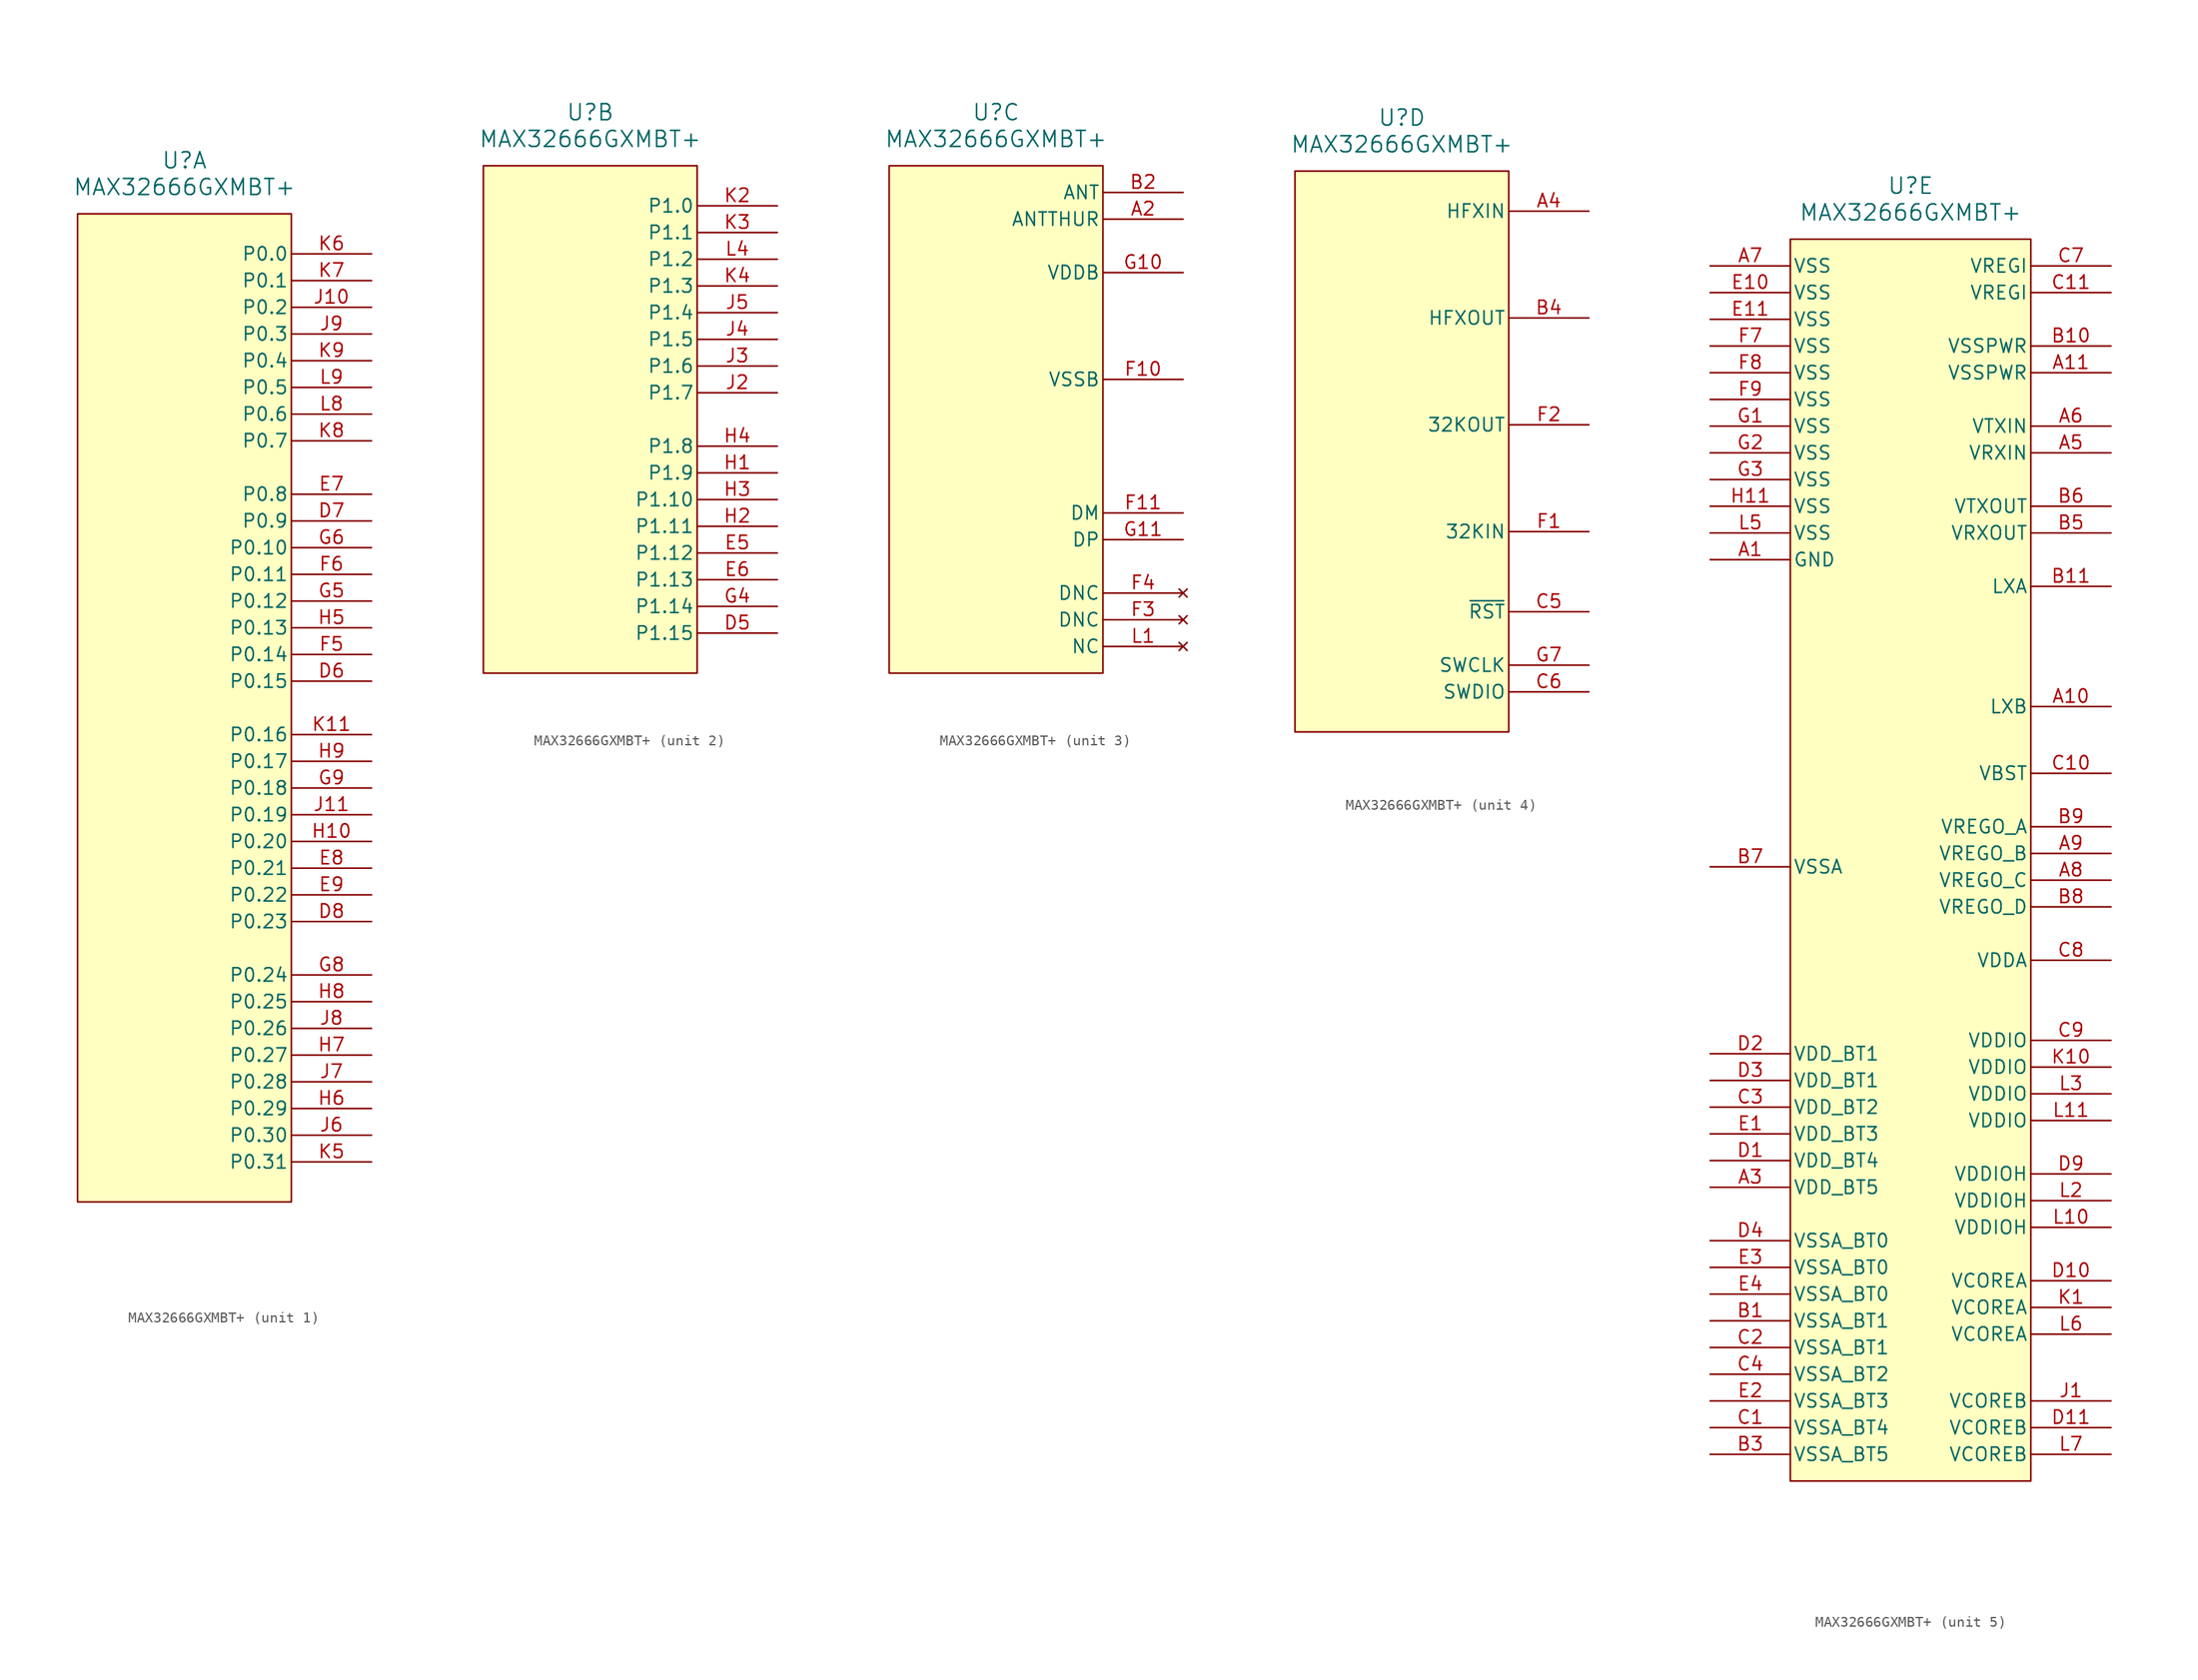
<source format=kicad_sym>
(kicad_symbol_lib
  (version 20220914)
  (generator kicad_symbol_editor)
  (symbol "MAX32666GXMBT+"
    (pin_names
      (offset 0.254))
    (property "Reference" "U"
      (at 0 52.07 0)
      (do_not_autoplace)
      (effects (font (size 1.524 1.524))))
    (property "Value" "MAX32666GXMBT+"
      (at 0 49.53 0)
      (do_not_autoplace)
      (effects (font (size 1.524 1.524))))
    (property "ki_locked" ""
      (at 0 0 0)
      (effects (font (size 1.27 1.27))))
    (symbol "MAX32666GXMBT+_1_1"
      (rectangle (start -10.16 46.99) (end 10.16 -46.99) (stroke (width 0) (type default)) (fill (type background)))
      (pin bidirectional line (at 17.78 2.54 180) (length 7.62) (name "P0.15" (effects (font (size 1.27 1.27)))) (number "D6" (effects (font (size 1.27 1.27)))))
      (pin bidirectional line (at 17.78 17.78 180) (length 7.62) (name "P0.9" (effects (font (size 1.27 1.27)))) (number "D7" (effects (font (size 1.27 1.27)))))
      (pin bidirectional line (at 17.78 -20.32 180) (length 7.62) (name "P0.23" (effects (font (size 1.27 1.27)))) (number "D8" (effects (font (size 1.27 1.27)))))
      (pin bidirectional line (at 17.78 20.32 180) (length 7.62) (name "P0.8" (effects (font (size 1.27 1.27)))) (number "E7" (effects (font (size 1.27 1.27)))))
      (pin bidirectional line (at 17.78 -15.24 180) (length 7.62) (name "P0.21" (effects (font (size 1.27 1.27)))) (number "E8" (effects (font (size 1.27 1.27)))))
      (pin bidirectional line (at 17.78 -17.78 180) (length 7.62) (name "P0.22" (effects (font (size 1.27 1.27)))) (number "E9" (effects (font (size 1.27 1.27)))))
      (pin bidirectional line (at 17.78 5.08 180) (length 7.62) (name "P0.14" (effects (font (size 1.27 1.27)))) (number "F5" (effects (font (size 1.27 1.27)))))
      (pin bidirectional line (at 17.78 12.7 180) (length 7.62) (name "P0.11" (effects (font (size 1.27 1.27)))) (number "F6" (effects (font (size 1.27 1.27)))))
      (pin bidirectional line (at 17.78 10.16 180) (length 7.62) (name "P0.12" (effects (font (size 1.27 1.27)))) (number "G5" (effects (font (size 1.27 1.27)))))
      (pin bidirectional line (at 17.78 15.24 180) (length 7.62) (name "P0.10" (effects (font (size 1.27 1.27)))) (number "G6" (effects (font (size 1.27 1.27)))))
      (pin bidirectional line (at 17.78 -25.4 180) (length 7.62) (name "P0.24" (effects (font (size 1.27 1.27)))) (number "G8" (effects (font (size 1.27 1.27)))))
      (pin bidirectional line (at 17.78 -7.62 180) (length 7.62) (name "P0.18" (effects (font (size 1.27 1.27)))) (number "G9" (effects (font (size 1.27 1.27)))))
      (pin bidirectional line (at 17.78 -12.7 180) (length 7.62) (name "P0.20" (effects (font (size 1.27 1.27)))) (number "H10" (effects (font (size 1.27 1.27)))))
      (pin bidirectional line (at 17.78 7.62 180) (length 7.62) (name "P0.13" (effects (font (size 1.27 1.27)))) (number "H5" (effects (font (size 1.27 1.27)))))
      (pin bidirectional line (at 17.78 -38.1 180) (length 7.62) (name "P0.29" (effects (font (size 1.27 1.27)))) (number "H6" (effects (font (size 1.27 1.27)))))
      (pin bidirectional line (at 17.78 -33.02 180) (length 7.62) (name "P0.27" (effects (font (size 1.27 1.27)))) (number "H7" (effects (font (size 1.27 1.27)))))
      (pin bidirectional line (at 17.78 -27.94 180) (length 7.62) (name "P0.25" (effects (font (size 1.27 1.27)))) (number "H8" (effects (font (size 1.27 1.27)))))
      (pin bidirectional line (at 17.78 -5.08 180) (length 7.62) (name "P0.17" (effects (font (size 1.27 1.27)))) (number "H9" (effects (font (size 1.27 1.27)))))
      (pin bidirectional line (at 17.78 38.1 180) (length 7.62) (name "P0.2" (effects (font (size 1.27 1.27)))) (number "J10" (effects (font (size 1.27 1.27)))))
      (pin bidirectional line (at 17.78 -10.16 180) (length 7.62) (name "P0.19" (effects (font (size 1.27 1.27)))) (number "J11" (effects (font (size 1.27 1.27)))))
      (pin bidirectional line (at 17.78 -40.64 180) (length 7.62) (name "P0.30" (effects (font (size 1.27 1.27)))) (number "J6" (effects (font (size 1.27 1.27)))))
      (pin bidirectional line (at 17.78 -35.56 180) (length 7.62) (name "P0.28" (effects (font (size 1.27 1.27)))) (number "J7" (effects (font (size 1.27 1.27)))))
      (pin bidirectional line (at 17.78 -30.48 180) (length 7.62) (name "P0.26" (effects (font (size 1.27 1.27)))) (number "J8" (effects (font (size 1.27 1.27)))))
      (pin bidirectional line (at 17.78 35.56 180) (length 7.62) (name "P0.3" (effects (font (size 1.27 1.27)))) (number "J9" (effects (font (size 1.27 1.27)))))
      (pin bidirectional line (at 17.78 -2.54 180) (length 7.62) (name "P0.16" (effects (font (size 1.27 1.27)))) (number "K11" (effects (font (size 1.27 1.27)))))
      (pin bidirectional line (at 17.78 -43.18 180) (length 7.62) (name "P0.31" (effects (font (size 1.27 1.27)))) (number "K5" (effects (font (size 1.27 1.27)))))
      (pin bidirectional line (at 17.78 43.18 180) (length 7.62) (name "P0.0" (effects (font (size 1.27 1.27)))) (number "K6" (effects (font (size 1.27 1.27)))))
      (pin bidirectional line (at 17.78 40.64 180) (length 7.62) (name "P0.1" (effects (font (size 1.27 1.27)))) (number "K7" (effects (font (size 1.27 1.27)))))
      (pin bidirectional line (at 17.78 25.4 180) (length 7.62) (name "P0.7" (effects (font (size 1.27 1.27)))) (number "K8" (effects (font (size 1.27 1.27)))))
      (pin bidirectional line (at 17.78 33.02 180) (length 7.62) (name "P0.4" (effects (font (size 1.27 1.27)))) (number "K9" (effects (font (size 1.27 1.27)))))
      (pin bidirectional line (at 17.78 27.94 180) (length 7.62) (name "P0.6" (effects (font (size 1.27 1.27)))) (number "L8" (effects (font (size 1.27 1.27)))))
      (pin bidirectional line (at 17.78 30.48 180) (length 7.62) (name "P0.5" (effects (font (size 1.27 1.27)))) (number "L9" (effects (font (size 1.27 1.27))))))
    (symbol "MAX32666GXMBT+_2_1"
      (rectangle (start -10.16 46.99) (end 10.16 -1.27) (stroke (width 0) (type default)) (fill (type background)))
      (pin bidirectional line (at 17.78 2.54 180) (length 7.62) (name "P1.15" (effects (font (size 1.27 1.27)))) (number "D5" (effects (font (size 1.27 1.27)))))
      (pin bidirectional line (at 17.78 10.16 180) (length 7.62) (name "P1.12" (effects (font (size 1.27 1.27)))) (number "E5" (effects (font (size 1.27 1.27)))))
      (pin bidirectional line (at 17.78 7.62 180) (length 7.62) (name "P1.13" (effects (font (size 1.27 1.27)))) (number "E6" (effects (font (size 1.27 1.27)))))
      (pin bidirectional line (at 17.78 5.08 180) (length 7.62) (name "P1.14" (effects (font (size 1.27 1.27)))) (number "G4" (effects (font (size 1.27 1.27)))))
      (pin bidirectional line (at 17.78 17.78 180) (length 7.62) (name "P1.9" (effects (font (size 1.27 1.27)))) (number "H1" (effects (font (size 1.27 1.27)))))
      (pin bidirectional line (at 17.78 12.7 180) (length 7.62) (name "P1.11" (effects (font (size 1.27 1.27)))) (number "H2" (effects (font (size 1.27 1.27)))))
      (pin bidirectional line (at 17.78 15.24 180) (length 7.62) (name "P1.10" (effects (font (size 1.27 1.27)))) (number "H3" (effects (font (size 1.27 1.27)))))
      (pin bidirectional line (at 17.78 20.32 180) (length 7.62) (name "P1.8" (effects (font (size 1.27 1.27)))) (number "H4" (effects (font (size 1.27 1.27)))))
      (pin bidirectional line (at 17.78 25.4 180) (length 7.62) (name "P1.7" (effects (font (size 1.27 1.27)))) (number "J2" (effects (font (size 1.27 1.27)))))
      (pin bidirectional line (at 17.78 27.94 180) (length 7.62) (name "P1.6" (effects (font (size 1.27 1.27)))) (number "J3" (effects (font (size 1.27 1.27)))))
      (pin bidirectional line (at 17.78 30.48 180) (length 7.62) (name "P1.5" (effects (font (size 1.27 1.27)))) (number "J4" (effects (font (size 1.27 1.27)))))
      (pin bidirectional line (at 17.78 33.02 180) (length 7.62) (name "P1.4" (effects (font (size 1.27 1.27)))) (number "J5" (effects (font (size 1.27 1.27)))))
      (pin bidirectional line (at 17.78 43.18 180) (length 7.62) (name "P1.0" (effects (font (size 1.27 1.27)))) (number "K2" (effects (font (size 1.27 1.27)))))
      (pin bidirectional line (at 17.78 40.64 180) (length 7.62) (name "P1.1" (effects (font (size 1.27 1.27)))) (number "K3" (effects (font (size 1.27 1.27)))))
      (pin bidirectional line (at 17.78 35.56 180) (length 7.62) (name "P1.3" (effects (font (size 1.27 1.27)))) (number "K4" (effects (font (size 1.27 1.27)))))
      (pin bidirectional line (at 17.78 38.1 180) (length 7.62) (name "P1.2" (effects (font (size 1.27 1.27)))) (number "L4" (effects (font (size 1.27 1.27))))))
    (symbol "MAX32666GXMBT+_3_1"
      (rectangle (start -10.16 46.99) (end 10.16 -1.27) (stroke (width 0) (type default)) (fill (type background)))
      (pin unspecified line (at 17.78 41.91 180) (length 7.62) (name "ANTTHUR" (effects (font (size 1.27 1.27)))) (number "A2" (effects (font (size 1.27 1.27)))))
      (pin unspecified line (at 17.78 44.45 180) (length 7.62) (name "ANT" (effects (font (size 1.27 1.27)))) (number "B2" (effects (font (size 1.27 1.27)))))
      (pin power_in line (at 17.78 26.67 180) (length 7.62) (name "VSSB" (effects (font (size 1.27 1.27)))) (number "F10" (effects (font (size 1.27 1.27)))))
      (pin bidirectional line (at 17.78 13.97 180) (length 7.62) (name "DM" (effects (font (size 1.27 1.27)))) (number "F11" (effects (font (size 1.27 1.27)))))
      (pin no_connect line (at 17.78 3.81 180) (length 7.62) (name "DNC" (effects (font (size 1.27 1.27)))) (number "F3" (effects (font (size 1.27 1.27)))))
      (pin no_connect line (at 17.78 6.35 180) (length 7.62) (name "DNC" (effects (font (size 1.27 1.27)))) (number "F4" (effects (font (size 1.27 1.27)))))
      (pin power_in line (at 17.78 36.83 180) (length 7.62) (name "VDDB" (effects (font (size 1.27 1.27)))) (number "G10" (effects (font (size 1.27 1.27)))))
      (pin bidirectional line (at 17.78 11.43 180) (length 7.62) (name "DP" (effects (font (size 1.27 1.27)))) (number "G11" (effects (font (size 1.27 1.27)))))
      (pin no_connect line (at 17.78 1.27 180) (length 7.62) (name "NC" (effects (font (size 1.27 1.27)))) (number "L1" (effects (font (size 1.27 1.27))))))
    (symbol "MAX32666GXMBT+_4_1"
      (rectangle (start -10.16 46.99) (end 10.16 -6.35) (stroke (width 0) (type default)) (fill (type background)))
      (pin input line (at 17.78 43.18 180) (length 7.62) (name "HFXIN" (effects (font (size 1.27 1.27)))) (number "A4" (effects (font (size 1.27 1.27)))))
      (pin output line (at 17.78 33.02 180) (length 7.62) (name "HFXOUT" (effects (font (size 1.27 1.27)))) (number "B4" (effects (font (size 1.27 1.27)))))
      (pin input line (at 17.78 5.08 180) (length 7.62) (name "~{RST}" (effects (font (size 1.27 1.27)))) (number "C5" (effects (font (size 1.27 1.27)))))
      (pin bidirectional line (at 17.78 -2.54 180) (length 7.62) (name "SWDIO" (effects (font (size 1.27 1.27)))) (number "C6" (effects (font (size 1.27 1.27)))))
      (pin input line (at 17.78 12.7 180) (length 7.62) (name "32KIN" (effects (font (size 1.27 1.27)))) (number "F1" (effects (font (size 1.27 1.27)))))
      (pin output line (at 17.78 22.86 180) (length 7.62) (name "32KOUT" (effects (font (size 1.27 1.27)))) (number "F2" (effects (font (size 1.27 1.27)))))
      (pin bidirectional line (at 17.78 0 180) (length 7.62) (name "SWCLK" (effects (font (size 1.27 1.27)))) (number "G7" (effects (font (size 1.27 1.27))))))
    (symbol "MAX32666GXMBT+_5_1"
      (rectangle (start -11.43 46.99) (end 11.43 -71.12) (stroke (width 0) (type default)) (fill (type background)))
      (pin power_in line (at -19.05 16.51 0) (length 7.62) (name "GND" (effects (font (size 1.27 1.27)))) (number "A1" (effects (font (size 1.27 1.27)))))
      (pin input line (at 19.05 2.54 180) (length 7.62) (name "LXB" (effects (font (size 1.27 1.27)))) (number "A10" (effects (font (size 1.27 1.27)))))
      (pin power_in line (at 19.05 34.29 180) (length 7.62) (name "VSSPWR" (effects (font (size 1.27 1.27)))) (number "A11" (effects (font (size 1.27 1.27)))))
      (pin power_in line (at -19.05 -43.18 0) (length 7.62) (name "VDD_BT5" (effects (font (size 1.27 1.27)))) (number "A3" (effects (font (size 1.27 1.27)))))
      (pin power_in line (at 19.05 26.67 180) (length 7.62) (name "VRXIN" (effects (font (size 1.27 1.27)))) (number "A5" (effects (font (size 1.27 1.27)))))
      (pin power_in line (at 19.05 29.21 180) (length 7.62) (name "VTXIN" (effects (font (size 1.27 1.27)))) (number "A6" (effects (font (size 1.27 1.27)))))
      (pin power_in line (at -19.05 44.45 0) (length 7.62) (name "VSS" (effects (font (size 1.27 1.27)))) (number "A7" (effects (font (size 1.27 1.27)))))
      (pin output line (at 19.05 -13.97 180) (length 7.62) (name "VREGO_C" (effects (font (size 1.27 1.27)))) (number "A8" (effects (font (size 1.27 1.27)))))
      (pin output line (at 19.05 -11.43 180) (length 7.62) (name "VREGO_B" (effects (font (size 1.27 1.27)))) (number "A9" (effects (font (size 1.27 1.27)))))
      (pin power_in line (at -19.05 -55.88 0) (length 7.62) (name "VSSA_BT1" (effects (font (size 1.27 1.27)))) (number "B1" (effects (font (size 1.27 1.27)))))
      (pin power_in line (at 19.05 36.83 180) (length 7.62) (name "VSSPWR" (effects (font (size 1.27 1.27)))) (number "B10" (effects (font (size 1.27 1.27)))))
      (pin input line (at 19.05 13.97 180) (length 7.62) (name "LXA" (effects (font (size 1.27 1.27)))) (number "B11" (effects (font (size 1.27 1.27)))))
      (pin power_in line (at -19.05 -68.58 0) (length 7.62) (name "VSSA_BT5" (effects (font (size 1.27 1.27)))) (number "B3" (effects (font (size 1.27 1.27)))))
      (pin output line (at 19.05 19.05 180) (length 7.62) (name "VRXOUT" (effects (font (size 1.27 1.27)))) (number "B5" (effects (font (size 1.27 1.27)))))
      (pin output line (at 19.05 21.59 180) (length 7.62) (name "VTXOUT" (effects (font (size 1.27 1.27)))) (number "B6" (effects (font (size 1.27 1.27)))))
      (pin power_in line (at -19.05 -12.7 0) (length 7.62) (name "VSSA" (effects (font (size 1.27 1.27)))) (number "B7" (effects (font (size 1.27 1.27)))))
      (pin output line (at 19.05 -16.51 180) (length 7.62) (name "VREGO_D" (effects (font (size 1.27 1.27)))) (number "B8" (effects (font (size 1.27 1.27)))))
      (pin output line (at 19.05 -8.89 180) (length 7.62) (name "VREGO_A" (effects (font (size 1.27 1.27)))) (number "B9" (effects (font (size 1.27 1.27)))))
      (pin power_in line (at -19.05 -66.04 0) (length 7.62) (name "VSSA_BT4" (effects (font (size 1.27 1.27)))) (number "C1" (effects (font (size 1.27 1.27)))))
      (pin power_in line (at 19.05 -3.81 180) (length 7.62) (name "VBST" (effects (font (size 1.27 1.27)))) (number "C10" (effects (font (size 1.27 1.27)))))
      (pin power_in line (at 19.05 41.91 180) (length 7.62) (name "VREGI" (effects (font (size 1.27 1.27)))) (number "C11" (effects (font (size 1.27 1.27)))))
      (pin power_in line (at -19.05 -58.42 0) (length 7.62) (name "VSSA_BT1" (effects (font (size 1.27 1.27)))) (number "C2" (effects (font (size 1.27 1.27)))))
      (pin power_in line (at -19.05 -35.56 0) (length 7.62) (name "VDD_BT2" (effects (font (size 1.27 1.27)))) (number "C3" (effects (font (size 1.27 1.27)))))
      (pin power_in line (at -19.05 -60.96 0) (length 7.62) (name "VSSA_BT2" (effects (font (size 1.27 1.27)))) (number "C4" (effects (font (size 1.27 1.27)))))
      (pin power_in line (at 19.05 44.45 180) (length 7.62) (name "VREGI" (effects (font (size 1.27 1.27)))) (number "C7" (effects (font (size 1.27 1.27)))))
      (pin power_in line (at 19.05 -21.59 180) (length 7.62) (name "VDDA" (effects (font (size 1.27 1.27)))) (number "C8" (effects (font (size 1.27 1.27)))))
      (pin power_in line (at 19.05 -29.21 180) (length 7.62) (name "VDDIO" (effects (font (size 1.27 1.27)))) (number "C9" (effects (font (size 1.27 1.27)))))
      (pin power_in line (at -19.05 -40.64 0) (length 7.62) (name "VDD_BT4" (effects (font (size 1.27 1.27)))) (number "D1" (effects (font (size 1.27 1.27)))))
      (pin power_in line (at 19.05 -52.07 180) (length 7.62) (name "VCOREA" (effects (font (size 1.27 1.27)))) (number "D10" (effects (font (size 1.27 1.27)))))
      (pin power_in line (at 19.05 -66.04 180) (length 7.62) (name "VCOREB" (effects (font (size 1.27 1.27)))) (number "D11" (effects (font (size 1.27 1.27)))))
      (pin power_in line (at -19.05 -30.48 0) (length 7.62) (name "VDD_BT1" (effects (font (size 1.27 1.27)))) (number "D2" (effects (font (size 1.27 1.27)))))
      (pin power_in line (at -19.05 -33.02 0) (length 7.62) (name "VDD_BT1" (effects (font (size 1.27 1.27)))) (number "D3" (effects (font (size 1.27 1.27)))))
      (pin power_in line (at -19.05 -48.26 0) (length 7.62) (name "VSSA_BT0" (effects (font (size 1.27 1.27)))) (number "D4" (effects (font (size 1.27 1.27)))))
      (pin power_in line (at 19.05 -41.91 180) (length 7.62) (name "VDDIOH" (effects (font (size 1.27 1.27)))) (number "D9" (effects (font (size 1.27 1.27)))))
      (pin power_in line (at -19.05 -38.1 0) (length 7.62) (name "VDD_BT3" (effects (font (size 1.27 1.27)))) (number "E1" (effects (font (size 1.27 1.27)))))
      (pin power_in line (at -19.05 41.91 0) (length 7.62) (name "VSS" (effects (font (size 1.27 1.27)))) (number "E10" (effects (font (size 1.27 1.27)))))
      (pin power_in line (at -19.05 39.37 0) (length 7.62) (name "VSS" (effects (font (size 1.27 1.27)))) (number "E11" (effects (font (size 1.27 1.27)))))
      (pin power_in line (at -19.05 -63.5 0) (length 7.62) (name "VSSA_BT3" (effects (font (size 1.27 1.27)))) (number "E2" (effects (font (size 1.27 1.27)))))
      (pin power_in line (at -19.05 -50.8 0) (length 7.62) (name "VSSA_BT0" (effects (font (size 1.27 1.27)))) (number "E3" (effects (font (size 1.27 1.27)))))
      (pin power_in line (at -19.05 -53.34 0) (length 7.62) (name "VSSA_BT0" (effects (font (size 1.27 1.27)))) (number "E4" (effects (font (size 1.27 1.27)))))
      (pin power_in line (at -19.05 36.83 0) (length 7.62) (name "VSS" (effects (font (size 1.27 1.27)))) (number "F7" (effects (font (size 1.27 1.27)))))
      (pin power_in line (at -19.05 34.29 0) (length 7.62) (name "VSS" (effects (font (size 1.27 1.27)))) (number "F8" (effects (font (size 1.27 1.27)))))
      (pin power_in line (at -19.05 31.75 0) (length 7.62) (name "VSS" (effects (font (size 1.27 1.27)))) (number "F9" (effects (font (size 1.27 1.27)))))
      (pin power_in line (at -19.05 29.21 0) (length 7.62) (name "VSS" (effects (font (size 1.27 1.27)))) (number "G1" (effects (font (size 1.27 1.27)))))
      (pin power_in line (at -19.05 26.67 0) (length 7.62) (name "VSS" (effects (font (size 1.27 1.27)))) (number "G2" (effects (font (size 1.27 1.27)))))
      (pin power_in line (at -19.05 24.13 0) (length 7.62) (name "VSS" (effects (font (size 1.27 1.27)))) (number "G3" (effects (font (size 1.27 1.27)))))
      (pin power_in line (at -19.05 21.59 0) (length 7.62) (name "VSS" (effects (font (size 1.27 1.27)))) (number "H11" (effects (font (size 1.27 1.27)))))
      (pin power_in line (at 19.05 -63.5 180) (length 7.62) (name "VCOREB" (effects (font (size 1.27 1.27)))) (number "J1" (effects (font (size 1.27 1.27)))))
      (pin power_in line (at 19.05 -54.61 180) (length 7.62) (name "VCOREA" (effects (font (size 1.27 1.27)))) (number "K1" (effects (font (size 1.27 1.27)))))
      (pin power_in line (at 19.05 -31.75 180) (length 7.62) (name "VDDIO" (effects (font (size 1.27 1.27)))) (number "K10" (effects (font (size 1.27 1.27)))))
      (pin power_in line (at 19.05 -46.99 180) (length 7.62) (name "VDDIOH" (effects (font (size 1.27 1.27)))) (number "L10" (effects (font (size 1.27 1.27)))))
      (pin power_in line (at 19.05 -36.83 180) (length 7.62) (name "VDDIO" (effects (font (size 1.27 1.27)))) (number "L11" (effects (font (size 1.27 1.27)))))
      (pin power_in line (at 19.05 -44.45 180) (length 7.62) (name "VDDIOH" (effects (font (size 1.27 1.27)))) (number "L2" (effects (font (size 1.27 1.27)))))
      (pin power_in line (at 19.05 -34.29 180) (length 7.62) (name "VDDIO" (effects (font (size 1.27 1.27)))) (number "L3" (effects (font (size 1.27 1.27)))))
      (pin power_in line (at -19.05 19.05 0) (length 7.62) (name "VSS" (effects (font (size 1.27 1.27)))) (number "L5" (effects (font (size 1.27 1.27)))))
      (pin power_in line (at 19.05 -57.15 180) (length 7.62) (name "VCOREA" (effects (font (size 1.27 1.27)))) (number "L6" (effects (font (size 1.27 1.27)))))
      (pin power_in line (at 19.05 -68.58 180) (length 7.62) (name "VCOREB" (effects (font (size 1.27 1.27)))) (number "L7" (effects (font (size 1.27 1.27))))))))
</source>
